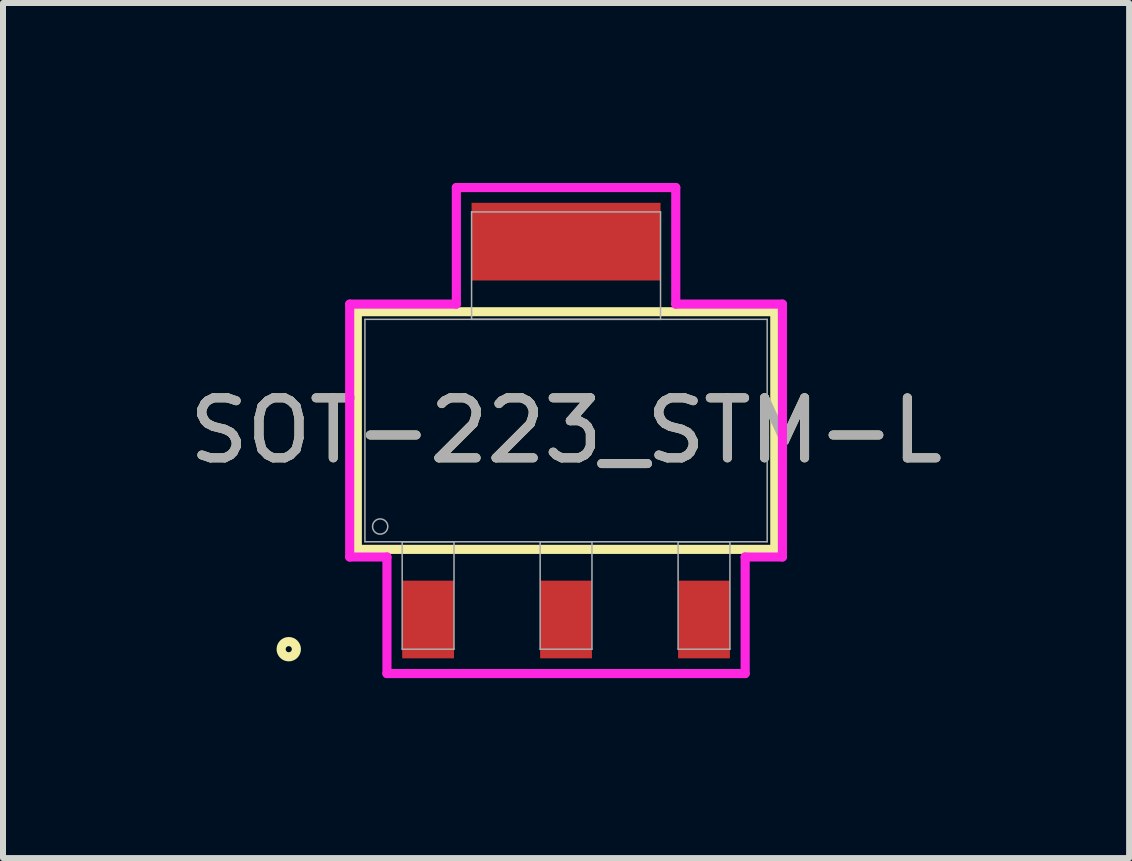
<source format=kicad_pcb>
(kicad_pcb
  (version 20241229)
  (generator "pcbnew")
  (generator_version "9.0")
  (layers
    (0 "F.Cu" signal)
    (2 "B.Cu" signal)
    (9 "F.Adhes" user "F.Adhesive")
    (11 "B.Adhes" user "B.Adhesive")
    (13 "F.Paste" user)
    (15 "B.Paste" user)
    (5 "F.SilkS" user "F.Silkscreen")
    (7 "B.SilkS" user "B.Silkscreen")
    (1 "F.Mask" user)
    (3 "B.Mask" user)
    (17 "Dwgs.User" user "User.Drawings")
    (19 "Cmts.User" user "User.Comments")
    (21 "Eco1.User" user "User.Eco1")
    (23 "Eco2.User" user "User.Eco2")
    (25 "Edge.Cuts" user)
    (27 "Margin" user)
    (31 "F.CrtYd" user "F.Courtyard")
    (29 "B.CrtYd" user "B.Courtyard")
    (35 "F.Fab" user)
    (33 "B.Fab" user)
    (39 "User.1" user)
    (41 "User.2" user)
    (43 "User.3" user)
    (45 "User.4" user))
  (footprint "SOT-223_STM-L"
    (layer "F.Cu")
    (at 6.387 4.128)
    (property "Reference" "SOT-223_STM-L" (at 0 0 0) (unlocked yes) (layer "F.SilkS") (effects (font (size 1 1) (thickness 0.15))))
    (attr smd)
    (fp_poly (pts (xy 1.575 -3.797) (xy -1.575 -3.797) (xy -1.575 -2.502) (xy 1.575 -2.502)) (stroke (width 0) (type solid)) (fill yes) (layer "F.Cu"))
    (fp_poly (pts (xy 1.575 -3.95) (xy -1.575 -3.95) (xy -1.575 -2.248) (xy 1.575 -2.248)) (stroke (width 0) (type solid)) (fill yes) (layer "F.Mask"))
    (fp_line (start -3.48 -1.981) (end -3.48 1.981) (stroke (width 0.152) (type solid)) (layer "F.SilkS"))
    (fp_line (start -3.48 1.981) (end 3.48 1.981) (stroke (width 0.152) (type solid)) (layer "F.SilkS"))
    (fp_line (start 3.48 -1.981) (end -3.48 -1.981) (stroke (width 0.152) (type solid)) (layer "F.SilkS"))
    (fp_line (start 3.48 1.981) (end 3.48 -1.981) (stroke (width 0.152) (type solid)) (layer "F.SilkS"))
    (fp_circle (center -4.623 3.645) (end -4.496 3.645) (stroke (width 0.152) (type solid)) (fill no) (layer "F.SilkS"))
    (fp_poly (pts (xy 1.575 -3.797) (xy -1.575 -3.797) (xy -1.575 -2.502) (xy 1.575 -2.502)) (stroke (width 0) (type solid)) (fill yes) (layer "F.Paste"))
    (fp_line (start -3.607 -2.108) (end -1.829 -2.108) (stroke (width 0.152) (type solid)) (layer "F.CrtYd"))
    (fp_line (start -3.607 2.108) (end -3.607 -2.108) (stroke (width 0.152) (type solid)) (layer "F.CrtYd"))
    (fp_line (start -2.986 2.108) (end -3.607 2.108) (stroke (width 0.152) (type solid)) (layer "F.CrtYd"))
    (fp_line (start -2.986 4.051) (end -2.986 2.108) (stroke (width 0.152) (type solid)) (layer "F.CrtYd"))
    (fp_line (start -1.829 -4.051) (end 1.829 -4.051) (stroke (width 0.152) (type solid)) (layer "F.CrtYd"))
    (fp_line (start -1.829 -2.108) (end -1.829 -4.051) (stroke (width 0.152) (type solid)) (layer "F.CrtYd"))
    (fp_line (start 1.829 -4.051) (end 1.829 -2.108) (stroke (width 0.152) (type solid)) (layer "F.CrtYd"))
    (fp_line (start 1.829 -2.108) (end 3.607 -2.108) (stroke (width 0.152) (type solid)) (layer "F.CrtYd"))
    (fp_line (start 2.986 2.108) (end 2.986 4.051) (stroke (width 0.152) (type solid)) (layer "F.CrtYd"))
    (fp_line (start 2.986 4.051) (end -2.986 4.051) (stroke (width 0.152) (type solid)) (layer "F.CrtYd"))
    (fp_line (start 3.607 -2.108) (end 3.607 2.108) (stroke (width 0.152) (type solid)) (layer "F.CrtYd"))
    (fp_line (start 3.607 2.108) (end 2.986 2.108) (stroke (width 0.152) (type solid)) (layer "F.CrtYd"))
    (fp_line (start -3.353 -1.854) (end -3.353 1.854) (stroke (width 0.025) (type solid)) (layer "F.Fab"))
    (fp_line (start -3.353 1.854) (end 3.353 1.854) (stroke (width 0.025) (type solid)) (layer "F.Fab"))
    (fp_line (start -2.732 1.854) (end -2.732 3.645) (stroke (width 0.025) (type solid)) (layer "F.Fab"))
    (fp_line (start -2.732 3.645) (end -1.868 3.645) (stroke (width 0.025) (type solid)) (layer "F.Fab"))
    (fp_line (start -1.868 1.854) (end -2.732 1.854) (stroke (width 0.025) (type solid)) (layer "F.Fab"))
    (fp_line (start -1.868 3.645) (end -1.868 1.854) (stroke (width 0.025) (type solid)) (layer "F.Fab"))
    (fp_line (start -1.575 -3.645) (end -1.575 -1.854) (stroke (width 0.025) (type solid)) (layer "F.Fab"))
    (fp_line (start -1.575 -1.854) (end 1.575 -1.854) (stroke (width 0.025) (type solid)) (layer "F.Fab"))
    (fp_line (start -0.432 1.854) (end -0.432 3.645) (stroke (width 0.025) (type solid)) (layer "F.Fab"))
    (fp_line (start -0.432 3.645) (end 0.432 3.645) (stroke (width 0.025) (type solid)) (layer "F.Fab"))
    (fp_line (start 0.432 1.854) (end -0.432 1.854) (stroke (width 0.025) (type solid)) (layer "F.Fab"))
    (fp_line (start 0.432 3.645) (end 0.432 1.854) (stroke (width 0.025) (type solid)) (layer "F.Fab"))
    (fp_line (start 1.575 -3.645) (end -1.575 -3.645) (stroke (width 0.025) (type solid)) (layer "F.Fab"))
    (fp_line (start 1.575 -1.854) (end 1.575 -3.645) (stroke (width 0.025) (type solid)) (layer "F.Fab"))
    (fp_line (start 1.868 1.854) (end 1.868 3.645) (stroke (width 0.025) (type solid)) (layer "F.Fab"))
    (fp_line (start 1.868 3.645) (end 2.732 3.645) (stroke (width 0.025) (type solid)) (layer "F.Fab"))
    (fp_line (start 2.732 1.854) (end 1.868 1.854) (stroke (width 0.025) (type solid)) (layer "F.Fab"))
    (fp_line (start 2.732 3.645) (end 2.732 1.854) (stroke (width 0.025) (type solid)) (layer "F.Fab"))
    (fp_line (start 3.353 -1.854) (end -3.353 -1.854) (stroke (width 0.025) (type solid)) (layer "F.Fab"))
    (fp_line (start 3.353 1.854) (end 3.353 -1.854) (stroke (width 0.025) (type solid)) (layer "F.Fab"))
    (fp_circle (center -3.099 1.6) (end -2.972 1.6) (stroke (width 0.025) (type solid)) (fill no) (layer "F.Fab"))
    (fp_text user "${REFERENCE}" (at 0 0 0) (unlocked yes) (layer "F.Fab") (effects (font (size 1 1) (thickness 0.15))))
    (pad "1" smd rect (at -2.3 3.15) (size 0.864 1.295) (layers "F.Cu" "F.Mask" "F.Paste"))
    (pad "2" smd rect (at 0 3.15) (size 0.864 1.295) (layers "F.Cu" "F.Mask" "F.Paste"))
    (pad "3" smd rect (at 2.3 3.15) (size 0.864 1.295) (layers "F.Cu" "F.Mask" "F.Paste")))
  (gr_rect
    (start -3 -3)
    (end 15.774 11.255)
    (stroke (width 0.1) (type default))
    (fill no)
    (layer "Edge.Cuts")))
</source>
